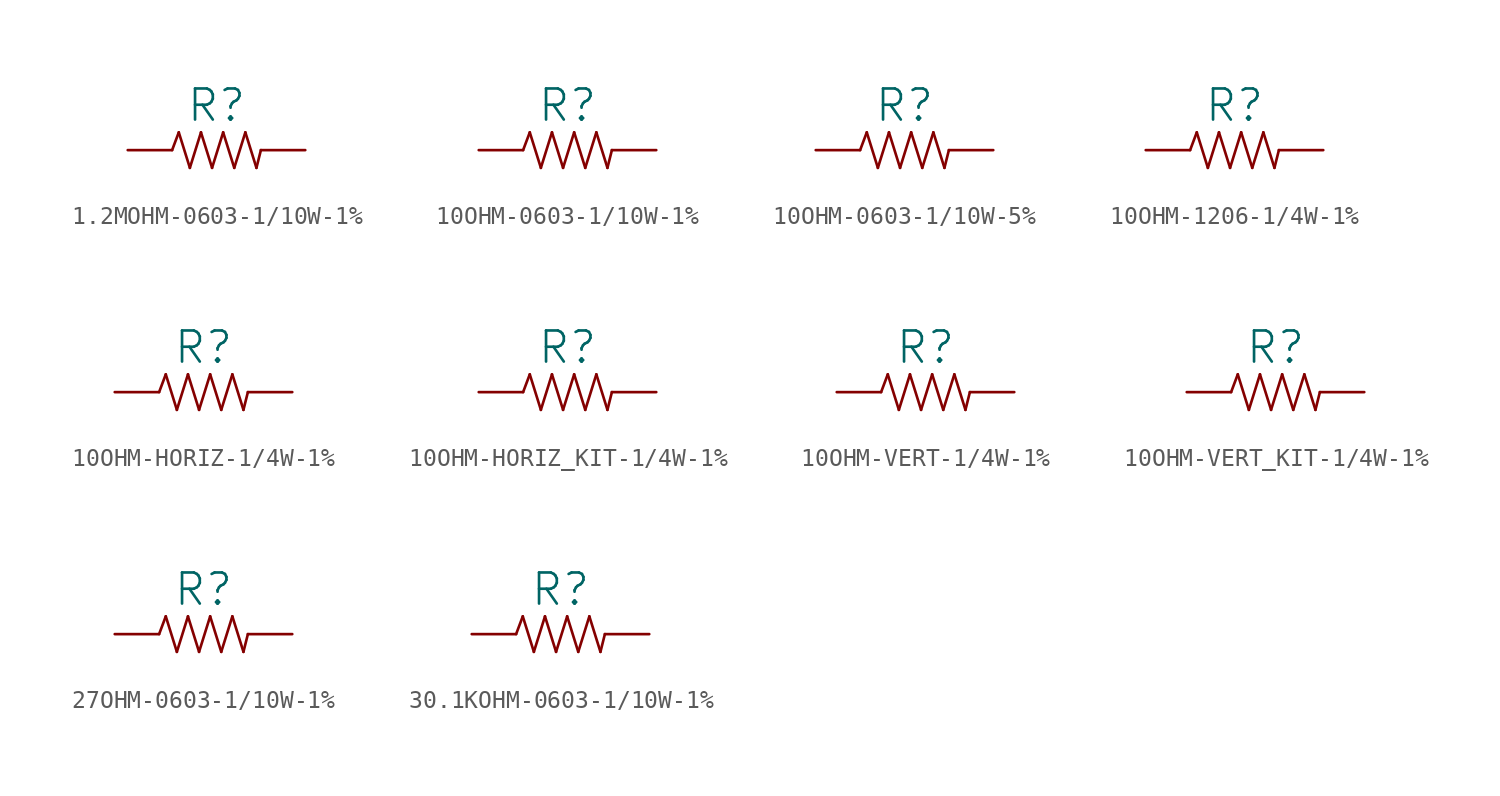
<source format=kicad_sym>
(kicad_symbol_lib
  (version 20231120)
  (generator "kicad_symbol_editor")
  (generator_version "8.0")
  (symbol "1.2MOHM-0603-1/10W-1%"
    (property "Reference" "R"
      (at 0 1.524 0)
      (effects (font (size 1.778 1.778)) (justify bottom)))
    (property "Value" ""
      (at 0 -1.524 0)
      (effects (font (size 1.778 1.778)) (justify top)))
    (property "ki_locked" ""
      (at 0 0 0)
      (effects (font (size 1.27 1.27))))
    (symbol "1.2MOHM-0603-1/10W-1%_1_0"
      (polyline (pts (xy -2.54 0) (xy -2.159 1.016)) (stroke (width 0.152) (type solid)) (fill (type none)))
      (polyline (pts (xy -2.159 1.016) (xy -1.524 -1.016)) (stroke (width 0.152) (type solid)) (fill (type none)))
      (polyline (pts (xy -1.524 -1.016) (xy -0.889 1.016)) (stroke (width 0.152) (type solid)) (fill (type none)))
      (polyline (pts (xy -0.889 1.016) (xy -0.254 -1.016)) (stroke (width 0.152) (type solid)) (fill (type none)))
      (polyline (pts (xy -0.254 -1.016) (xy 0.381 1.016)) (stroke (width 0.152) (type solid)) (fill (type none)))
      (polyline (pts (xy 0.381 1.016) (xy 1.016 -1.016)) (stroke (width 0.152) (type solid)) (fill (type none)))
      (polyline (pts (xy 1.016 -1.016) (xy 1.651 1.016)) (stroke (width 0.152) (type solid)) (fill (type none)))
      (polyline (pts (xy 1.651 1.016) (xy 2.286 -1.016)) (stroke (width 0.152) (type solid)) (fill (type none)))
      (polyline (pts (xy 2.286 -1.016) (xy 2.54 0)) (stroke (width 0.152) (type solid)) (fill (type none)))
      (pin passive line (at -5.08 0 0) (length 2.54) (name "1" (effects (font (size 0 0)))) (number "1" (effects (font (size 0 0)))))
      (pin passive line (at 5.08 0 180) (length 2.54) (name "2" (effects (font (size 0 0)))) (number "2" (effects (font (size 0 0)))))))
  (symbol "10OHM-0603-1/10W-1%"
    (property "Reference" "R"
      (at 0 1.524 0)
      (effects (font (size 1.778 1.778)) (justify bottom)))
    (property "Value" ""
      (at 0 -1.524 0)
      (effects (font (size 1.778 1.778)) (justify top)))
    (property "ki_locked" ""
      (at 0 0 0)
      (effects (font (size 1.27 1.27))))
    (symbol "10OHM-0603-1/10W-1%_1_0"
      (polyline (pts (xy -2.54 0) (xy -2.159 1.016)) (stroke (width 0.152) (type solid)) (fill (type none)))
      (polyline (pts (xy -2.159 1.016) (xy -1.524 -1.016)) (stroke (width 0.152) (type solid)) (fill (type none)))
      (polyline (pts (xy -1.524 -1.016) (xy -0.889 1.016)) (stroke (width 0.152) (type solid)) (fill (type none)))
      (polyline (pts (xy -0.889 1.016) (xy -0.254 -1.016)) (stroke (width 0.152) (type solid)) (fill (type none)))
      (polyline (pts (xy -0.254 -1.016) (xy 0.381 1.016)) (stroke (width 0.152) (type solid)) (fill (type none)))
      (polyline (pts (xy 0.381 1.016) (xy 1.016 -1.016)) (stroke (width 0.152) (type solid)) (fill (type none)))
      (polyline (pts (xy 1.016 -1.016) (xy 1.651 1.016)) (stroke (width 0.152) (type solid)) (fill (type none)))
      (polyline (pts (xy 1.651 1.016) (xy 2.286 -1.016)) (stroke (width 0.152) (type solid)) (fill (type none)))
      (polyline (pts (xy 2.286 -1.016) (xy 2.54 0)) (stroke (width 0.152) (type solid)) (fill (type none)))
      (pin passive line (at -5.08 0 0) (length 2.54) (name "1" (effects (font (size 0 0)))) (number "1" (effects (font (size 0 0)))))
      (pin passive line (at 5.08 0 180) (length 2.54) (name "2" (effects (font (size 0 0)))) (number "2" (effects (font (size 0 0)))))))
  (symbol "10OHM-0603-1/10W-5%"
    (property "Reference" "R"
      (at 0 1.524 0)
      (effects (font (size 1.778 1.778)) (justify bottom)))
    (property "Value" ""
      (at 0 -1.524 0)
      (effects (font (size 1.778 1.778)) (justify top)))
    (property "ki_locked" ""
      (at 0 0 0)
      (effects (font (size 1.27 1.27))))
    (symbol "10OHM-0603-1/10W-5%_1_0"
      (polyline (pts (xy -2.54 0) (xy -2.159 1.016)) (stroke (width 0.152) (type solid)) (fill (type none)))
      (polyline (pts (xy -2.159 1.016) (xy -1.524 -1.016)) (stroke (width 0.152) (type solid)) (fill (type none)))
      (polyline (pts (xy -1.524 -1.016) (xy -0.889 1.016)) (stroke (width 0.152) (type solid)) (fill (type none)))
      (polyline (pts (xy -0.889 1.016) (xy -0.254 -1.016)) (stroke (width 0.152) (type solid)) (fill (type none)))
      (polyline (pts (xy -0.254 -1.016) (xy 0.381 1.016)) (stroke (width 0.152) (type solid)) (fill (type none)))
      (polyline (pts (xy 0.381 1.016) (xy 1.016 -1.016)) (stroke (width 0.152) (type solid)) (fill (type none)))
      (polyline (pts (xy 1.016 -1.016) (xy 1.651 1.016)) (stroke (width 0.152) (type solid)) (fill (type none)))
      (polyline (pts (xy 1.651 1.016) (xy 2.286 -1.016)) (stroke (width 0.152) (type solid)) (fill (type none)))
      (polyline (pts (xy 2.286 -1.016) (xy 2.54 0)) (stroke (width 0.152) (type solid)) (fill (type none)))
      (pin passive line (at -5.08 0 0) (length 2.54) (name "1" (effects (font (size 0 0)))) (number "1" (effects (font (size 0 0)))))
      (pin passive line (at 5.08 0 180) (length 2.54) (name "2" (effects (font (size 0 0)))) (number "2" (effects (font (size 0 0)))))))
  (symbol "10OHM-1206-1/4W-1%"
    (property "Reference" "R"
      (at 0 1.524 0)
      (effects (font (size 1.778 1.778)) (justify bottom)))
    (property "Value" ""
      (at 0 -1.524 0)
      (effects (font (size 1.778 1.778)) (justify top)))
    (property "ki_locked" ""
      (at 0 0 0)
      (effects (font (size 1.27 1.27))))
    (symbol "10OHM-1206-1/4W-1%_1_0"
      (polyline (pts (xy -2.54 0) (xy -2.159 1.016)) (stroke (width 0.152) (type solid)) (fill (type none)))
      (polyline (pts (xy -2.159 1.016) (xy -1.524 -1.016)) (stroke (width 0.152) (type solid)) (fill (type none)))
      (polyline (pts (xy -1.524 -1.016) (xy -0.889 1.016)) (stroke (width 0.152) (type solid)) (fill (type none)))
      (polyline (pts (xy -0.889 1.016) (xy -0.254 -1.016)) (stroke (width 0.152) (type solid)) (fill (type none)))
      (polyline (pts (xy -0.254 -1.016) (xy 0.381 1.016)) (stroke (width 0.152) (type solid)) (fill (type none)))
      (polyline (pts (xy 0.381 1.016) (xy 1.016 -1.016)) (stroke (width 0.152) (type solid)) (fill (type none)))
      (polyline (pts (xy 1.016 -1.016) (xy 1.651 1.016)) (stroke (width 0.152) (type solid)) (fill (type none)))
      (polyline (pts (xy 1.651 1.016) (xy 2.286 -1.016)) (stroke (width 0.152) (type solid)) (fill (type none)))
      (polyline (pts (xy 2.286 -1.016) (xy 2.54 0)) (stroke (width 0.152) (type solid)) (fill (type none)))
      (pin passive line (at -5.08 0 0) (length 2.54) (name "1" (effects (font (size 0 0)))) (number "1" (effects (font (size 0 0)))))
      (pin passive line (at 5.08 0 180) (length 2.54) (name "2" (effects (font (size 0 0)))) (number "2" (effects (font (size 0 0)))))))
  (symbol "10OHM-HORIZ-1/4W-1%"
    (property "Reference" "R"
      (at 0 1.524 0)
      (effects (font (size 1.778 1.778)) (justify bottom)))
    (property "Value" ""
      (at 0 -1.524 0)
      (effects (font (size 1.778 1.778)) (justify top)))
    (property "ki_locked" ""
      (at 0 0 0)
      (effects (font (size 1.27 1.27))))
    (symbol "10OHM-HORIZ-1/4W-1%_1_0"
      (polyline (pts (xy -2.54 0) (xy -2.159 1.016)) (stroke (width 0.152) (type solid)) (fill (type none)))
      (polyline (pts (xy -2.159 1.016) (xy -1.524 -1.016)) (stroke (width 0.152) (type solid)) (fill (type none)))
      (polyline (pts (xy -1.524 -1.016) (xy -0.889 1.016)) (stroke (width 0.152) (type solid)) (fill (type none)))
      (polyline (pts (xy -0.889 1.016) (xy -0.254 -1.016)) (stroke (width 0.152) (type solid)) (fill (type none)))
      (polyline (pts (xy -0.254 -1.016) (xy 0.381 1.016)) (stroke (width 0.152) (type solid)) (fill (type none)))
      (polyline (pts (xy 0.381 1.016) (xy 1.016 -1.016)) (stroke (width 0.152) (type solid)) (fill (type none)))
      (polyline (pts (xy 1.016 -1.016) (xy 1.651 1.016)) (stroke (width 0.152) (type solid)) (fill (type none)))
      (polyline (pts (xy 1.651 1.016) (xy 2.286 -1.016)) (stroke (width 0.152) (type solid)) (fill (type none)))
      (polyline (pts (xy 2.286 -1.016) (xy 2.54 0)) (stroke (width 0.152) (type solid)) (fill (type none)))
      (pin passive line (at -5.08 0 0) (length 2.54) (name "1" (effects (font (size 0 0)))) (number "P$1" (effects (font (size 0 0)))))
      (pin passive line (at 5.08 0 180) (length 2.54) (name "2" (effects (font (size 0 0)))) (number "P$2" (effects (font (size 0 0)))))))
  (symbol "10OHM-HORIZ_KIT-1/4W-1%"
    (property "Reference" "R"
      (at 0 1.524 0)
      (effects (font (size 1.778 1.778)) (justify bottom)))
    (property "Value" ""
      (at 0 -1.524 0)
      (effects (font (size 1.778 1.778)) (justify top)))
    (property "ki_locked" ""
      (at 0 0 0)
      (effects (font (size 1.27 1.27))))
    (symbol "10OHM-HORIZ_KIT-1/4W-1%_1_0"
      (polyline (pts (xy -2.54 0) (xy -2.159 1.016)) (stroke (width 0.152) (type solid)) (fill (type none)))
      (polyline (pts (xy -2.159 1.016) (xy -1.524 -1.016)) (stroke (width 0.152) (type solid)) (fill (type none)))
      (polyline (pts (xy -1.524 -1.016) (xy -0.889 1.016)) (stroke (width 0.152) (type solid)) (fill (type none)))
      (polyline (pts (xy -0.889 1.016) (xy -0.254 -1.016)) (stroke (width 0.152) (type solid)) (fill (type none)))
      (polyline (pts (xy -0.254 -1.016) (xy 0.381 1.016)) (stroke (width 0.152) (type solid)) (fill (type none)))
      (polyline (pts (xy 0.381 1.016) (xy 1.016 -1.016)) (stroke (width 0.152) (type solid)) (fill (type none)))
      (polyline (pts (xy 1.016 -1.016) (xy 1.651 1.016)) (stroke (width 0.152) (type solid)) (fill (type none)))
      (polyline (pts (xy 1.651 1.016) (xy 2.286 -1.016)) (stroke (width 0.152) (type solid)) (fill (type none)))
      (polyline (pts (xy 2.286 -1.016) (xy 2.54 0)) (stroke (width 0.152) (type solid)) (fill (type none)))
      (pin passive line (at -5.08 0 0) (length 2.54) (name "1" (effects (font (size 0 0)))) (number "P$1" (effects (font (size 0 0)))))
      (pin passive line (at 5.08 0 180) (length 2.54) (name "2" (effects (font (size 0 0)))) (number "P$2" (effects (font (size 0 0)))))))
  (symbol "10OHM-VERT-1/4W-1%"
    (property "Reference" "R"
      (at 0 1.524 0)
      (effects (font (size 1.778 1.778)) (justify bottom)))
    (property "Value" ""
      (at 0 -1.524 0)
      (effects (font (size 1.778 1.778)) (justify top)))
    (property "ki_locked" ""
      (at 0 0 0)
      (effects (font (size 1.27 1.27))))
    (symbol "10OHM-VERT-1/4W-1%_1_0"
      (polyline (pts (xy -2.54 0) (xy -2.159 1.016)) (stroke (width 0.152) (type solid)) (fill (type none)))
      (polyline (pts (xy -2.159 1.016) (xy -1.524 -1.016)) (stroke (width 0.152) (type solid)) (fill (type none)))
      (polyline (pts (xy -1.524 -1.016) (xy -0.889 1.016)) (stroke (width 0.152) (type solid)) (fill (type none)))
      (polyline (pts (xy -0.889 1.016) (xy -0.254 -1.016)) (stroke (width 0.152) (type solid)) (fill (type none)))
      (polyline (pts (xy -0.254 -1.016) (xy 0.381 1.016)) (stroke (width 0.152) (type solid)) (fill (type none)))
      (polyline (pts (xy 0.381 1.016) (xy 1.016 -1.016)) (stroke (width 0.152) (type solid)) (fill (type none)))
      (polyline (pts (xy 1.016 -1.016) (xy 1.651 1.016)) (stroke (width 0.152) (type solid)) (fill (type none)))
      (polyline (pts (xy 1.651 1.016) (xy 2.286 -1.016)) (stroke (width 0.152) (type solid)) (fill (type none)))
      (polyline (pts (xy 2.286 -1.016) (xy 2.54 0)) (stroke (width 0.152) (type solid)) (fill (type none)))
      (pin passive line (at -5.08 0 0) (length 2.54) (name "1" (effects (font (size 0 0)))) (number "P$1" (effects (font (size 0 0)))))
      (pin passive line (at 5.08 0 180) (length 2.54) (name "2" (effects (font (size 0 0)))) (number "P$2" (effects (font (size 0 0)))))))
  (symbol "10OHM-VERT_KIT-1/4W-1%"
    (property "Reference" "R"
      (at 0 1.524 0)
      (effects (font (size 1.778 1.778)) (justify bottom)))
    (property "Value" ""
      (at 0 -1.524 0)
      (effects (font (size 1.778 1.778)) (justify top)))
    (property "ki_locked" ""
      (at 0 0 0)
      (effects (font (size 1.27 1.27))))
    (symbol "10OHM-VERT_KIT-1/4W-1%_1_0"
      (polyline (pts (xy -2.54 0) (xy -2.159 1.016)) (stroke (width 0.152) (type solid)) (fill (type none)))
      (polyline (pts (xy -2.159 1.016) (xy -1.524 -1.016)) (stroke (width 0.152) (type solid)) (fill (type none)))
      (polyline (pts (xy -1.524 -1.016) (xy -0.889 1.016)) (stroke (width 0.152) (type solid)) (fill (type none)))
      (polyline (pts (xy -0.889 1.016) (xy -0.254 -1.016)) (stroke (width 0.152) (type solid)) (fill (type none)))
      (polyline (pts (xy -0.254 -1.016) (xy 0.381 1.016)) (stroke (width 0.152) (type solid)) (fill (type none)))
      (polyline (pts (xy 0.381 1.016) (xy 1.016 -1.016)) (stroke (width 0.152) (type solid)) (fill (type none)))
      (polyline (pts (xy 1.016 -1.016) (xy 1.651 1.016)) (stroke (width 0.152) (type solid)) (fill (type none)))
      (polyline (pts (xy 1.651 1.016) (xy 2.286 -1.016)) (stroke (width 0.152) (type solid)) (fill (type none)))
      (polyline (pts (xy 2.286 -1.016) (xy 2.54 0)) (stroke (width 0.152) (type solid)) (fill (type none)))
      (pin passive line (at -5.08 0 0) (length 2.54) (name "1" (effects (font (size 0 0)))) (number "P$1" (effects (font (size 0 0)))))
      (pin passive line (at 5.08 0 180) (length 2.54) (name "2" (effects (font (size 0 0)))) (number "P$2" (effects (font (size 0 0)))))))
  (symbol "27OHM-0603-1/10W-1%"
    (property "Reference" "R"
      (at 0 1.524 0)
      (effects (font (size 1.778 1.778)) (justify bottom)))
    (property "Value" ""
      (at 0 -1.524 0)
      (effects (font (size 1.778 1.778)) (justify top)))
    (property "ki_locked" ""
      (at 0 0 0)
      (effects (font (size 1.27 1.27))))
    (symbol "27OHM-0603-1/10W-1%_1_0"
      (polyline (pts (xy -2.54 0) (xy -2.159 1.016)) (stroke (width 0.152) (type solid)) (fill (type none)))
      (polyline (pts (xy -2.159 1.016) (xy -1.524 -1.016)) (stroke (width 0.152) (type solid)) (fill (type none)))
      (polyline (pts (xy -1.524 -1.016) (xy -0.889 1.016)) (stroke (width 0.152) (type solid)) (fill (type none)))
      (polyline (pts (xy -0.889 1.016) (xy -0.254 -1.016)) (stroke (width 0.152) (type solid)) (fill (type none)))
      (polyline (pts (xy -0.254 -1.016) (xy 0.381 1.016)) (stroke (width 0.152) (type solid)) (fill (type none)))
      (polyline (pts (xy 0.381 1.016) (xy 1.016 -1.016)) (stroke (width 0.152) (type solid)) (fill (type none)))
      (polyline (pts (xy 1.016 -1.016) (xy 1.651 1.016)) (stroke (width 0.152) (type solid)) (fill (type none)))
      (polyline (pts (xy 1.651 1.016) (xy 2.286 -1.016)) (stroke (width 0.152) (type solid)) (fill (type none)))
      (polyline (pts (xy 2.286 -1.016) (xy 2.54 0)) (stroke (width 0.152) (type solid)) (fill (type none)))
      (pin passive line (at -5.08 0 0) (length 2.54) (name "1" (effects (font (size 0 0)))) (number "1" (effects (font (size 0 0)))))
      (pin passive line (at 5.08 0 180) (length 2.54) (name "2" (effects (font (size 0 0)))) (number "2" (effects (font (size 0 0)))))))
  (symbol "30.1KOHM-0603-1/10W-1%"
    (property "Reference" "R"
      (at 0 1.524 0)
      (effects (font (size 1.778 1.778)) (justify bottom)))
    (property "Value" ""
      (at 0 -1.524 0)
      (effects (font (size 1.778 1.778)) (justify top)))
    (property "ki_locked" ""
      (at 0 0 0)
      (effects (font (size 1.27 1.27))))
    (symbol "30.1KOHM-0603-1/10W-1%_1_0"
      (polyline (pts (xy -2.54 0) (xy -2.159 1.016)) (stroke (width 0.152) (type solid)) (fill (type none)))
      (polyline (pts (xy -2.159 1.016) (xy -1.524 -1.016)) (stroke (width 0.152) (type solid)) (fill (type none)))
      (polyline (pts (xy -1.524 -1.016) (xy -0.889 1.016)) (stroke (width 0.152) (type solid)) (fill (type none)))
      (polyline (pts (xy -0.889 1.016) (xy -0.254 -1.016)) (stroke (width 0.152) (type solid)) (fill (type none)))
      (polyline (pts (xy -0.254 -1.016) (xy 0.381 1.016)) (stroke (width 0.152) (type solid)) (fill (type none)))
      (polyline (pts (xy 0.381 1.016) (xy 1.016 -1.016)) (stroke (width 0.152) (type solid)) (fill (type none)))
      (polyline (pts (xy 1.016 -1.016) (xy 1.651 1.016)) (stroke (width 0.152) (type solid)) (fill (type none)))
      (polyline (pts (xy 1.651 1.016) (xy 2.286 -1.016)) (stroke (width 0.152) (type solid)) (fill (type none)))
      (polyline (pts (xy 2.286 -1.016) (xy 2.54 0)) (stroke (width 0.152) (type solid)) (fill (type none)))
      (pin passive line (at -5.08 0 0) (length 2.54) (name "1" (effects (font (size 0 0)))) (number "1" (effects (font (size 0 0)))))
      (pin passive line (at 5.08 0 180) (length 2.54) (name "2" (effects (font (size 0 0)))) (number "2" (effects (font (size 0 0))))))))
</source>
